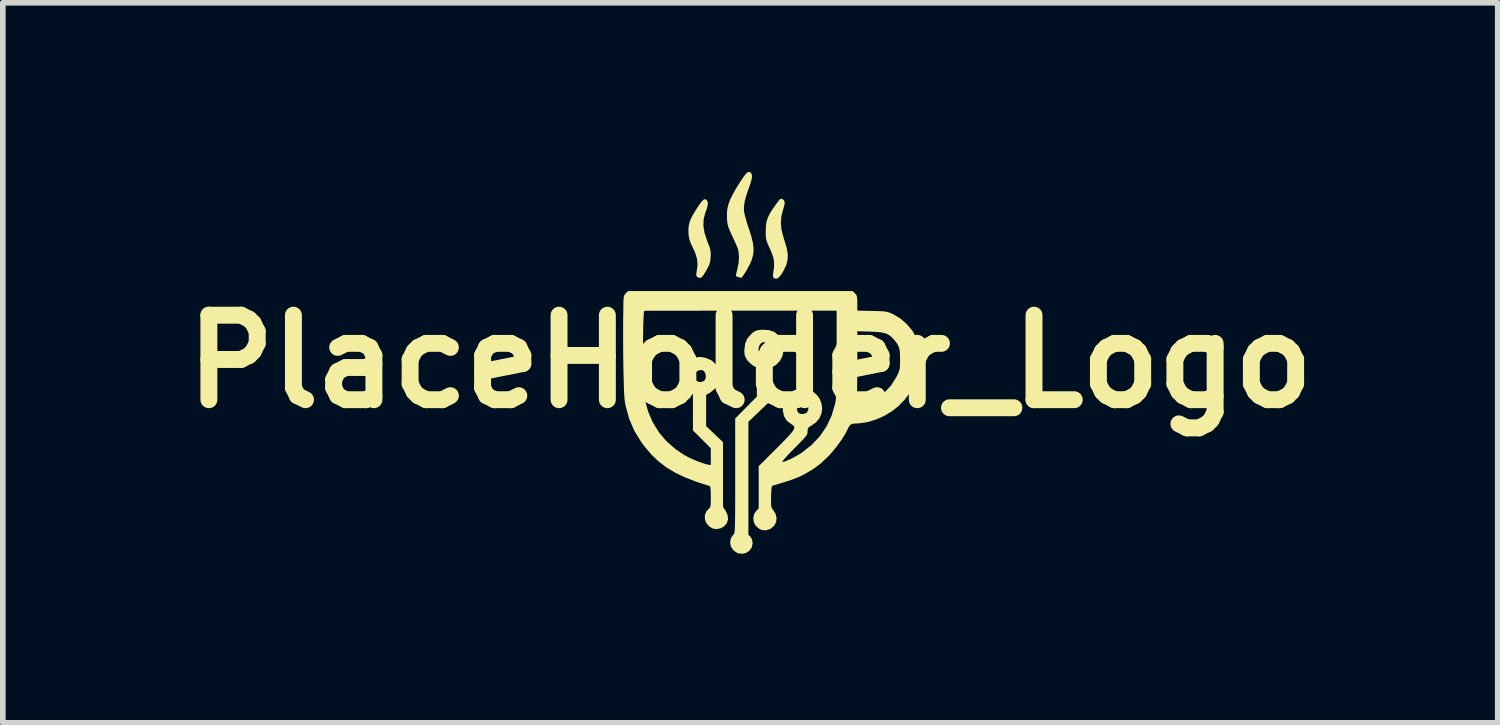
<source format=kicad_pcb>
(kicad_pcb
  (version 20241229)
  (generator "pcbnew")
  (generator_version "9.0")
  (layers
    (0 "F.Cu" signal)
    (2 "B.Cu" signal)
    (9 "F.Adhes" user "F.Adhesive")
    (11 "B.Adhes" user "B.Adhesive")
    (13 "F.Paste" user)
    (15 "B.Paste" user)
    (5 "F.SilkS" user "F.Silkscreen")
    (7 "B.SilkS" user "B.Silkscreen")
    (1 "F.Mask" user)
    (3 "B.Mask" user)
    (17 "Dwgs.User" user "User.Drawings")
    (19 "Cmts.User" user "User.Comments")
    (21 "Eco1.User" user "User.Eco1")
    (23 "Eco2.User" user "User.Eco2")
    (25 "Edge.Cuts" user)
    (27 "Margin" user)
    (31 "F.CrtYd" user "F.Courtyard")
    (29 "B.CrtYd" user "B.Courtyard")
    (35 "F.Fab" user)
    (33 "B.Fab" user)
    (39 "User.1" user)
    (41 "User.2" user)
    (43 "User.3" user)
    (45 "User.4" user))
  (footprint "PlaceHolder_Logo"
    (layer "F.Cu")
    (at 10.264 3.365)
    (property "Reference" "PlaceHolder_Logo" (at 0 0 0) (layer "F.SilkS") (effects (font (size 1.5 1.5) (thickness 0.3))))
    (attr board_only exclude_from_pos_files exclude_from_bom)
    (fp_poly (pts (xy 0.568 -2.883) (xy 0.597 -2.861) (xy 0.611 -2.83) (xy 0.608 -2.785) (xy 0.59 -2.719) (xy 0.582 -2.694) (xy 0.552 -2.575) (xy 0.543 -2.459) (xy 0.555 -2.337) (xy 0.59 -2.201) (xy 0.606 -2.151) (xy 0.646 -2.02) (xy 0.665 -1.909) (xy 0.663 -1.809) (xy 0.64 -1.714) (xy 0.594 -1.617) (xy 0.56 -1.559) (xy 0.517 -1.501) (xy 0.481 -1.472) (xy 0.446 -1.469) (xy 0.418 -1.482) (xy 0.405 -1.499) (xy 0.403 -1.533) (xy 0.409 -1.578) (xy 0.423 -1.681) (xy 0.422 -1.77) (xy 0.406 -1.856) (xy 0.371 -1.951) (xy 0.349 -2) (xy 0.316 -2.073) (xy 0.294 -2.128) (xy 0.282 -2.175) (xy 0.276 -2.226) (xy 0.275 -2.292) (xy 0.275 -2.317) (xy 0.278 -2.405) (xy 0.289 -2.481) (xy 0.312 -2.552) (xy 0.348 -2.627) (xy 0.402 -2.713) (xy 0.449 -2.779) (xy 0.491 -2.837) (xy 0.519 -2.871) (xy 0.54 -2.887) (xy 0.558 -2.887)) (stroke (width 0) (type solid)) (fill yes) (layer "F.SilkS"))
    (fp_poly (pts (xy -0.781 -2.871) (xy -0.775 -2.866) (xy -0.754 -2.832) (xy -0.754 -2.777) (xy -0.774 -2.7) (xy -0.794 -2.649) (xy -0.826 -2.532) (xy -0.832 -2.408) (xy -0.809 -2.273) (xy -0.759 -2.125) (xy -0.729 -2.051) (xy -0.711 -1.995) (xy -0.703 -1.947) (xy -0.701 -1.894) (xy -0.703 -1.858) (xy -0.708 -1.795) (xy -0.719 -1.744) (xy -0.739 -1.692) (xy -0.773 -1.628) (xy -0.782 -1.612) (xy -0.822 -1.546) (xy -0.852 -1.506) (xy -0.876 -1.487) (xy -0.893 -1.483) (xy -0.931 -1.493) (xy -0.948 -1.506) (xy -0.958 -1.531) (xy -0.956 -1.573) (xy -0.948 -1.618) (xy -0.935 -1.72) (xy -0.944 -1.819) (xy -0.975 -1.923) (xy -1.018 -2.018) (xy -1.055 -2.097) (xy -1.078 -2.16) (xy -1.091 -2.22) (xy -1.096 -2.277) (xy -1.097 -2.36) (xy -1.087 -2.434) (xy -1.064 -2.51) (xy -1.023 -2.593) (xy -0.964 -2.692) (xy -0.95 -2.714) (xy -0.898 -2.791) (xy -0.859 -2.843) (xy -0.828 -2.871) (xy -0.803 -2.88)) (stroke (width 0) (type solid)) (fill yes) (layer "F.SilkS"))
    (fp_poly (pts (xy 0.012 -3.348) (xy 0.013 -3.347) (xy 0.03 -3.311) (xy 0.029 -3.256) (xy 0.01 -3.178) (xy -0.016 -3.104) (xy -0.067 -2.959) (xy -0.099 -2.838) (xy -0.113 -2.737) (xy -0.111 -2.67) (xy -0.102 -2.622) (xy -0.084 -2.551) (xy -0.06 -2.465) (xy -0.031 -2.375) (xy -0.023 -2.353) (xy 0.021 -2.215) (xy 0.048 -2.099) (xy 0.059 -1.999) (xy 0.054 -1.909) (xy 0.033 -1.824) (xy 0.015 -1.775) (xy -0.012 -1.716) (xy -0.046 -1.653) (xy -0.081 -1.591) (xy -0.116 -1.538) (xy -0.144 -1.5) (xy -0.161 -1.485) (xy -0.162 -1.485) (xy -0.188 -1.491) (xy -0.2 -1.494) (xy -0.235 -1.506) (xy -0.245 -1.509) (xy -0.253 -1.522) (xy -0.25 -1.556) (xy -0.235 -1.616) (xy -0.232 -1.628) (xy -0.207 -1.744) (xy -0.2 -1.857) (xy -0.209 -1.958) (xy -0.223 -2.008) (xy -0.24 -2.051) (xy -0.268 -2.115) (xy -0.302 -2.189) (xy -0.327 -2.242) (xy -0.363 -2.321) (xy -0.387 -2.382) (xy -0.402 -2.435) (xy -0.41 -2.491) (xy -0.413 -2.543) (xy -0.414 -2.63) (xy -0.406 -2.712) (xy -0.386 -2.794) (xy -0.353 -2.881) (xy -0.304 -2.979) (xy -0.239 -3.092) (xy -0.163 -3.212) (xy -0.111 -3.288) (xy -0.072 -3.337) (xy -0.04 -3.362) (xy -0.013 -3.365)) (stroke (width 0) (type solid)) (fill yes) (layer "F.SilkS"))
    (fp_poly (pts (xy 0.331 -0.557) (xy 0.427 -0.524) (xy 0.502 -0.464) (xy 0.556 -0.378) (xy 0.583 -0.292) (xy 0.591 -0.19) (xy 0.57 -0.092) (xy 0.524 -0.006) (xy 0.455 0.063) (xy 0.408 0.091) (xy 0.347 0.119) (xy 0.35 0.289) (xy 0.351 0.379) (xy 0.352 0.473) (xy 0.352 0.555) (xy 0.351 0.581) (xy 0.35 0.705) (xy 0.158 0.888) (xy -0.033 1.071) (xy -0.033 2.072) (xy -0.033 3.073) (xy 0.004 3.113) (xy 0.032 3.158) (xy 0.042 3.219) (xy 0.042 3.226) (xy 0.027 3.298) (xy -0.013 3.355) (xy -0.07 3.395) (xy -0.139 3.412) (xy -0.213 3.404) (xy -0.245 3.39) (xy -0.305 3.344) (xy -0.343 3.282) (xy -0.357 3.213) (xy -0.347 3.144) (xy -0.31 3.084) (xy -0.294 3.069) (xy -0.289 3.062) (xy -0.284 3.049) (xy -0.28 3.029) (xy -0.276 2.999) (xy -0.273 2.955) (xy -0.271 2.897) (xy -0.27 2.82) (xy -0.268 2.723) (xy -0.268 2.604) (xy -0.267 2.459) (xy -0.267 2.286) (xy -0.267 2.083) (xy -0.267 2.029) (xy -0.267 1.011) (xy -0.075 0.817) (xy 0.117 0.623) (xy 0.117 0.366) (xy 0.117 0.108) (xy 0.055 0.075) (xy 0.007 0.04) (xy -0.04 -0.008) (xy -0.057 -0.029) (xy -0.085 -0.075) (xy -0.1 -0.117) (xy -0.105 -0.17) (xy -0.105 -0.207) (xy -0.104 -0.213) (xy 0.145 -0.213) (xy 0.159 -0.161) (xy 0.193 -0.125) (xy 0.24 -0.108) (xy 0.294 -0.117) (xy 0.329 -0.138) (xy 0.344 -0.165) (xy 0.35 -0.203) (xy 0.339 -0.267) (xy 0.311 -0.313) (xy 0.272 -0.339) (xy 0.229 -0.343) (xy 0.188 -0.321) (xy 0.157 -0.274) (xy 0.145 -0.213) (xy -0.104 -0.213) (xy -0.09 -0.319) (xy -0.048 -0.414) (xy 0.025 -0.495) (xy 0.038 -0.506) (xy 0.079 -0.535) (xy 0.12 -0.552) (xy 0.174 -0.561) (xy 0.217 -0.564)) (stroke (width 0) (type solid)) (fill yes) (layer "F.SilkS"))
    (fp_poly (pts (xy 1.859 -1.209) (xy 1.88 -1.185) (xy 1.892 -1.157) (xy 1.898 -1.117) (xy 1.9 -1.055) (xy 1.9 -1.036) (xy 1.9 -0.903) (xy 2.163 -0.897) (xy 2.262 -0.895) (xy 2.336 -0.892) (xy 2.391 -0.887) (xy 2.433 -0.879) (xy 2.47 -0.868) (xy 2.509 -0.851) (xy 2.538 -0.838) (xy 2.665 -0.762) (xy 2.781 -0.661) (xy 2.879 -0.543) (xy 2.953 -0.414) (xy 2.985 -0.333) (xy 3.022 -0.159) (xy 3.027 0.016) (xy 3 0.19) (xy 2.942 0.36) (xy 2.855 0.525) (xy 2.738 0.681) (xy 2.636 0.786) (xy 2.515 0.883) (xy 2.375 0.967) (xy 2.224 1.033) (xy 2.071 1.078) (xy 1.923 1.099) (xy 1.885 1.1) (xy 1.822 1.104) (xy 1.78 1.121) (xy 1.751 1.156) (xy 1.731 1.198) (xy 1.684 1.289) (xy 1.618 1.393) (xy 1.539 1.502) (xy 1.453 1.608) (xy 1.377 1.691) (xy 1.244 1.815) (xy 1.109 1.915) (xy 0.961 2.001) (xy 0.894 2.034) (xy 0.837 2.059) (xy 0.78 2.082) (xy 0.715 2.106) (xy 0.637 2.131) (xy 0.54 2.161) (xy 0.417 2.197) (xy 0.399 2.203) (xy 0.387 2.215) (xy 0.379 2.236) (xy 0.375 2.275) (xy 0.372 2.336) (xy 0.37 2.399) (xy 0.369 2.483) (xy 0.37 2.54) (xy 0.374 2.578) (xy 0.383 2.604) (xy 0.397 2.623) (xy 0.397 2.623) (xy 0.447 2.698) (xy 0.467 2.776) (xy 0.459 2.851) (xy 0.422 2.918) (xy 0.358 2.97) (xy 0.349 2.975) (xy 0.273 2.998) (xy 0.197 2.988) (xy 0.155 2.967) (xy 0.096 2.915) (xy 0.062 2.847) (xy 0.054 2.774) (xy 0.072 2.702) (xy 0.107 2.651) (xy 0.15 2.607) (xy 0.15 2.232) (xy 0.15 1.858) (xy 0.467 1.542) (xy 0.57 1.438) (xy 0.65 1.355) (xy 0.71 1.29) (xy 0.751 1.24) (xy 0.775 1.201) (xy 0.783 1.172) (xy 0.777 1.15) (xy 0.759 1.131) (xy 0.73 1.113) (xy 0.723 1.108) (xy 0.648 1.051) (xy 0.6 0.973) (xy 0.579 0.878) (xy 0.578 0.853) (xy 0.582 0.824) (xy 0.827 0.824) (xy 0.835 0.878) (xy 0.855 0.912) (xy 0.886 0.929) (xy 0.932 0.932) (xy 0.979 0.921) (xy 1.003 0.906) (xy 1.029 0.862) (xy 1.031 0.81) (xy 1.012 0.76) (xy 0.974 0.724) (xy 0.961 0.718) (xy 0.911 0.713) (xy 0.869 0.735) (xy 0.84 0.774) (xy 0.827 0.824) (xy 0.582 0.824) (xy 0.592 0.738) (xy 0.632 0.641) (xy 0.695 0.565) (xy 0.778 0.512) (xy 0.878 0.486) (xy 0.925 0.483) (xy 1.028 0.497) (xy 1.114 0.536) (xy 1.184 0.595) (xy 1.235 0.668) (xy 1.266 0.751) (xy 1.276 0.839) (xy 1.263 0.927) (xy 1.226 1.01) (xy 1.164 1.082) (xy 1.105 1.125) (xy 1.056 1.155) (xy 1.03 1.178) (xy 1.019 1.205) (xy 1.017 1.241) (xy 1.016 1.265) (xy 1.01 1.288) (xy 0.997 1.313) (xy 0.973 1.344) (xy 0.936 1.386) (xy 0.882 1.442) (xy 0.809 1.516) (xy 0.779 1.546) (xy 0.697 1.629) (xy 0.634 1.696) (xy 0.592 1.745) (xy 0.571 1.775) (xy 0.571 1.783) (xy 0.61 1.775) (xy 0.668 1.752) (xy 0.74 1.719) (xy 0.816 1.678) (xy 0.889 1.635) (xy 0.919 1.615) (xy 1.091 1.479) (xy 1.237 1.324) (xy 1.355 1.15) (xy 1.445 0.958) (xy 1.507 0.748) (xy 1.507 0.747) (xy 1.879 0.747) (xy 1.952 0.738) (xy 2.01 0.728) (xy 2.08 0.71) (xy 2.122 0.697) (xy 2.265 0.633) (xy 2.392 0.541) (xy 2.502 0.422) (xy 2.591 0.28) (xy 2.595 0.272) (xy 2.623 0.214) (xy 2.641 0.169) (xy 2.652 0.127) (xy 2.657 0.077) (xy 2.658 0.009) (xy 2.658 -0.041) (xy 2.657 -0.137) (xy 2.65 -0.208) (xy 2.635 -0.264) (xy 2.609 -0.314) (xy 2.569 -0.366) (xy 2.547 -0.392) (xy 2.5 -0.44) (xy 2.452 -0.476) (xy 2.397 -0.5) (xy 2.327 -0.516) (xy 2.236 -0.525) (xy 2.129 -0.53) (xy 1.9 -0.537) (xy 1.9 0.029) (xy 1.9 0.167) (xy 1.899 0.297) (xy 1.897 0.415) (xy 1.896 0.517) (xy 1.894 0.597) (xy 1.891 0.651) (xy 1.89 0.671) (xy 1.879 0.747) (xy 1.507 0.747) (xy 1.508 0.739) (xy 1.515 0.704) (xy 1.52 0.658) (xy 1.524 0.599) (xy 1.527 0.523) (xy 1.529 0.429) (xy 1.531 0.311) (xy 1.532 0.169) (xy 1.533 -0.002) (xy 1.533 -0.138) (xy 1.533 -0.9) (xy 1.496 -0.902) (xy 1.476 -0.902) (xy 1.426 -0.902) (xy 1.347 -0.902) (xy 1.244 -0.902) (xy 1.118 -0.902) (xy 0.973 -0.902) (xy 0.811 -0.902) (xy 0.634 -0.902) (xy 0.447 -0.902) (xy 0.25 -0.902) (xy 0.048 -0.902) (xy -0.158 -0.902) (xy -0.364 -0.902) (xy -0.568 -0.902) (xy -0.767 -0.902) (xy -0.958 -0.901) (xy -1.138 -0.901) (xy -1.306 -0.901) (xy -1.457 -0.901) (xy -1.59 -0.901) (xy -1.701 -0.901) (xy -1.788 -0.901) (xy -1.848 -0.9) (xy -1.878 -0.9) (xy -1.879 -0.9) (xy -1.885 -0.884) (xy -1.89 -0.839) (xy -1.894 -0.768) (xy -1.898 -0.676) (xy -1.9 -0.566) (xy -1.902 -0.442) (xy -1.902 -0.309) (xy -1.902 -0.171) (xy -1.901 -0.031) (xy -1.9 0.107) (xy -1.897 0.239) (xy -1.894 0.361) (xy -1.89 0.468) (xy -1.885 0.557) (xy -1.879 0.624) (xy -1.874 0.661) (xy -1.814 0.883) (xy -1.729 1.082) (xy -1.618 1.261) (xy -1.481 1.421) (xy -1.317 1.562) (xy -1.18 1.654) (xy -1.108 1.694) (xy -1.021 1.735) (xy -0.93 1.773) (xy -0.844 1.804) (xy -0.774 1.825) (xy -0.755 1.829) (xy -0.7 1.838) (xy -0.7 1.689) (xy -0.7 1.54) (xy -0.858 1.381) (xy -1.017 1.223) (xy -1.017 0.904) (xy -1.017 0.585) (xy -1.09 0.534) (xy -1.163 0.466) (xy -1.21 0.383) (xy -1.231 0.293) (xy -1.23 0.271) (xy -0.982 0.271) (xy -0.971 0.321) (xy -0.957 0.34) (xy -0.914 0.363) (xy -0.861 0.363) (xy -0.816 0.34) (xy -0.809 0.334) (xy -0.79 0.291) (xy -0.791 0.236) (xy -0.81 0.185) (xy -0.819 0.172) (xy -0.854 0.153) (xy -0.901 0.153) (xy -0.945 0.172) (xy -0.953 0.178) (xy -0.976 0.218) (xy -0.982 0.271) (xy -1.23 0.271) (xy -1.227 0.2) (xy -1.199 0.112) (xy -1.145 0.034) (xy -1.068 -0.029) (xy -1.047 -0.04) (xy -0.972 -0.071) (xy -0.904 -0.081) (xy -0.828 -0.073) (xy -0.772 -0.058) (xy -0.685 -0.018) (xy -0.628 0.032) (xy -0.583 0.095) (xy -0.558 0.164) (xy -0.551 0.25) (xy -0.554 0.309) (xy -0.577 0.405) (xy -0.631 0.487) (xy -0.711 0.552) (xy -0.722 0.558) (xy -0.783 0.592) (xy -0.783 0.869) (xy -0.783 1.146) (xy -0.633 1.289) (xy -0.483 1.432) (xy -0.483 2.007) (xy -0.483 2.582) (xy -0.442 2.643) (xy -0.403 2.723) (xy -0.394 2.8) (xy -0.415 2.869) (xy -0.463 2.925) (xy -0.52 2.958) (xy -0.599 2.976) (xy -0.67 2.963) (xy -0.733 2.923) (xy -0.782 2.863) (xy -0.806 2.793) (xy -0.804 2.721) (xy -0.776 2.656) (xy -0.74 2.619) (xy -0.723 2.603) (xy -0.711 2.584) (xy -0.704 2.556) (xy -0.701 2.511) (xy -0.7 2.443) (xy -0.7 2.401) (xy -0.701 2.312) (xy -0.705 2.253) (xy -0.712 2.219) (xy -0.721 2.21) (xy -0.952 2.136) (xy -1.153 2.059) (xy -1.33 1.975) (xy -1.486 1.881) (xy -1.625 1.775) (xy -1.751 1.655) (xy -1.869 1.517) (xy -1.937 1.425) (xy -2.059 1.226) (xy -2.15 1.014) (xy -2.212 0.787) (xy -2.224 0.721) (xy -2.231 0.665) (xy -2.237 0.579) (xy -2.242 0.467) (xy -2.246 0.331) (xy -2.25 0.177) (xy -2.253 0.006) (xy -2.255 -0.178) (xy -2.256 -0.37) (xy -2.256 -0.569) (xy -2.255 -0.769) (xy -2.253 -0.905) (xy -2.252 -1.004) (xy -2.25 -1.076) (xy -2.246 -1.125) (xy -2.241 -1.159) (xy -2.232 -1.181) (xy -2.22 -1.198) (xy -2.209 -1.209) (xy -2.168 -1.25) (xy -0.175 -1.25) (xy 1.818 -1.25)) (stroke (width 0) (type solid)) (fill yes) (layer "F.SilkS")))
  (gr_rect
    (start -3 -3)
    (end 23.529 9.777)
    (stroke (width 0.1) (type default))
    (fill no)
    (layer "Edge.Cuts")))
</source>
